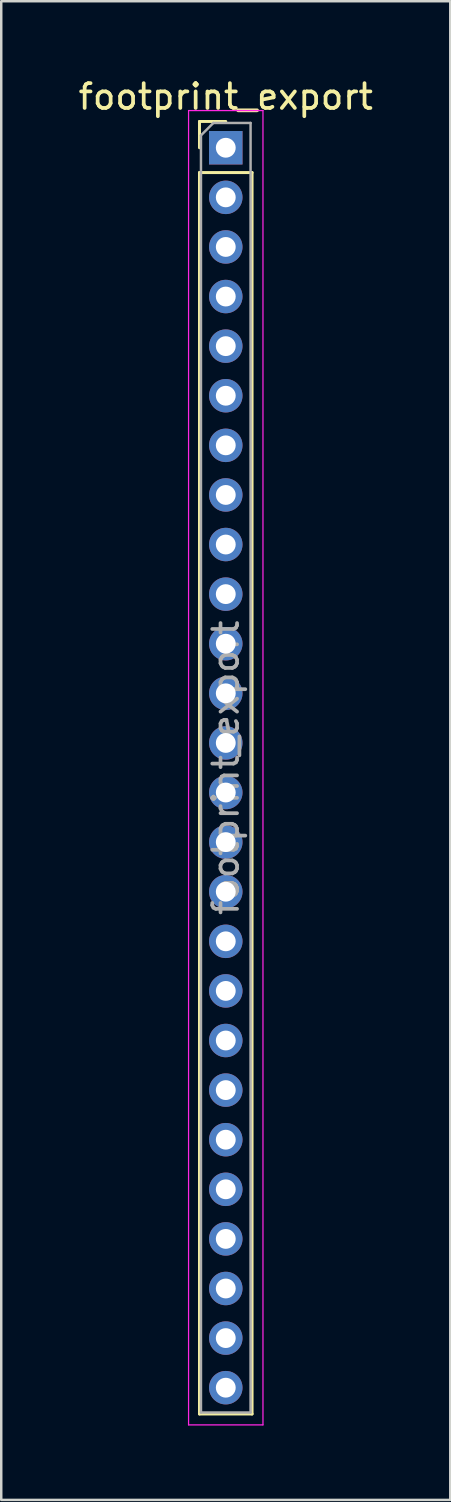
<source format=kicad_pcb>
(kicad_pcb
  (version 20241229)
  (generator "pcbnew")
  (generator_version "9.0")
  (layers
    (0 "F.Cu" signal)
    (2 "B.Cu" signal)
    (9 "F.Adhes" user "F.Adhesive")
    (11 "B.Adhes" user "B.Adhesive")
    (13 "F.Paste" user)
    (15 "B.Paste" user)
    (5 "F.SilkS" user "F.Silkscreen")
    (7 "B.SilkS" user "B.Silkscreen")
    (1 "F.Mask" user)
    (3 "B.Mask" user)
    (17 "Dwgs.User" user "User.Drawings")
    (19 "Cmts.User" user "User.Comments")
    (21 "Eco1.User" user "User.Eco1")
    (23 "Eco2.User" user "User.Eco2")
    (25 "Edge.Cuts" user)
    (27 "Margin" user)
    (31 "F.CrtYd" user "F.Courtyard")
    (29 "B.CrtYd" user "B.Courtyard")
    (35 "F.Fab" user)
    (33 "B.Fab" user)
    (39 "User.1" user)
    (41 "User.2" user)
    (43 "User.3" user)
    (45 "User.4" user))
  (footprint "footprint_export"
    (layer "F.Cu")
    (at 6.054 2.908)
    (property "Reference" "footprint_export" (at 0 -2.06 0) (layer "F.SilkS") (effects (font (size 1 1) (thickness 0.15))))
    (attr through_hole)
    (fp_line (start -1.06 -1.06) (end 0 -1.06) (stroke (width 0.12) (type solid)) (layer "F.SilkS"))
    (fp_line (start -1.06 0) (end -1.06 -1.06) (stroke (width 0.12) (type solid)) (layer "F.SilkS"))
    (fp_line (start -1.06 1) (end -1.06 51.06) (stroke (width 0.12) (type solid)) (layer "F.SilkS"))
    (fp_line (start -1.06 1) (end 1.06 1) (stroke (width 0.12) (type solid)) (layer "F.SilkS"))
    (fp_line (start -1.06 51.06) (end 1.06 51.06) (stroke (width 0.12) (type solid)) (layer "F.SilkS"))
    (fp_line (start 1.06 1) (end 1.06 51.06) (stroke (width 0.12) (type solid)) (layer "F.SilkS"))
    (fp_line (start -1.5 -1.5) (end -1.5 51.5) (stroke (width 0.05) (type solid)) (layer "F.CrtYd"))
    (fp_line (start -1.5 51.5) (end 1.5 51.5) (stroke (width 0.05) (type solid)) (layer "F.CrtYd"))
    (fp_line (start 1.5 -1.5) (end -1.5 -1.5) (stroke (width 0.05) (type solid)) (layer "F.CrtYd"))
    (fp_line (start 1.5 51.5) (end 1.5 -1.5) (stroke (width 0.05) (type solid)) (layer "F.CrtYd"))
    (fp_line (start -1 -0.5) (end -0.5 -1) (stroke (width 0.1) (type solid)) (layer "F.Fab"))
    (fp_line (start -1 51) (end -1 -0.5) (stroke (width 0.1) (type solid)) (layer "F.Fab"))
    (fp_line (start -0.5 -1) (end 1 -1) (stroke (width 0.1) (type solid)) (layer "F.Fab"))
    (fp_line (start 1 -1) (end 1 51) (stroke (width 0.1) (type solid)) (layer "F.Fab"))
    (fp_line (start 1 51) (end -1 51) (stroke (width 0.1) (type solid)) (layer "F.Fab"))
    (fp_text user "${REFERENCE}" (at 0 25 90) (layer "F.Fab") (effects (font (size 1 1) (thickness 0.15))))
    (pad "1" thru_hole rect (at 0 0) (size 1.35 1.35) (drill 0.8) (layers "*.Cu" "*.Mask"))
    (pad "2" thru_hole oval (at 0 2) (size 1.35 1.35) (drill 0.8) (layers "*.Cu" "*.Mask"))
    (pad "3" thru_hole oval (at 0 4) (size 1.35 1.35) (drill 0.8) (layers "*.Cu" "*.Mask"))
    (pad "4" thru_hole oval (at 0 6) (size 1.35 1.35) (drill 0.8) (layers "*.Cu" "*.Mask"))
    (pad "5" thru_hole oval (at 0 8) (size 1.35 1.35) (drill 0.8) (layers "*.Cu" "*.Mask"))
    (pad "6" thru_hole oval (at 0 10) (size 1.35 1.35) (drill 0.8) (layers "*.Cu" "*.Mask"))
    (pad "7" thru_hole oval (at 0 12) (size 1.35 1.35) (drill 0.8) (layers "*.Cu" "*.Mask"))
    (pad "8" thru_hole oval (at 0 14) (size 1.35 1.35) (drill 0.8) (layers "*.Cu" "*.Mask"))
    (pad "9" thru_hole oval (at 0 16) (size 1.35 1.35) (drill 0.8) (layers "*.Cu" "*.Mask"))
    (pad "10" thru_hole oval (at 0 18) (size 1.35 1.35) (drill 0.8) (layers "*.Cu" "*.Mask"))
    (pad "11" thru_hole oval (at 0 20) (size 1.35 1.35) (drill 0.8) (layers "*.Cu" "*.Mask"))
    (pad "12" thru_hole oval (at 0 22) (size 1.35 1.35) (drill 0.8) (layers "*.Cu" "*.Mask"))
    (pad "13" thru_hole oval (at 0 24) (size 1.35 1.35) (drill 0.8) (layers "*.Cu" "*.Mask"))
    (pad "14" thru_hole oval (at 0 26) (size 1.35 1.35) (drill 0.8) (layers "*.Cu" "*.Mask"))
    (pad "15" thru_hole oval (at 0 28) (size 1.35 1.35) (drill 0.8) (layers "*.Cu" "*.Mask"))
    (pad "16" thru_hole oval (at 0 30) (size 1.35 1.35) (drill 0.8) (layers "*.Cu" "*.Mask"))
    (pad "17" thru_hole oval (at 0 32) (size 1.35 1.35) (drill 0.8) (layers "*.Cu" "*.Mask"))
    (pad "18" thru_hole oval (at 0 34) (size 1.35 1.35) (drill 0.8) (layers "*.Cu" "*.Mask"))
    (pad "19" thru_hole oval (at 0 36) (size 1.35 1.35) (drill 0.8) (layers "*.Cu" "*.Mask"))
    (pad "20" thru_hole oval (at 0 38) (size 1.35 1.35) (drill 0.8) (layers "*.Cu" "*.Mask"))
    (pad "21" thru_hole oval (at 0 40) (size 1.35 1.35) (drill 0.8) (layers "*.Cu" "*.Mask"))
    (pad "22" thru_hole oval (at 0 42) (size 1.35 1.35) (drill 0.8) (layers "*.Cu" "*.Mask"))
    (pad "23" thru_hole oval (at 0 44) (size 1.35 1.35) (drill 0.8) (layers "*.Cu" "*.Mask"))
    (pad "24" thru_hole oval (at 0 46) (size 1.35 1.35) (drill 0.8) (layers "*.Cu" "*.Mask"))
    (pad "25" thru_hole oval (at 0 48) (size 1.35 1.35) (drill 0.8) (layers "*.Cu" "*.Mask"))
    (pad "26" thru_hole oval (at 0 50) (size 1.35 1.35) (drill 0.8) (layers "*.Cu" "*.Mask")))
  (gr_rect
    (start -3 -3)
    (end 15.107 57.433)
    (stroke (width 0.1) (type default))
    (fill no)
    (layer "Edge.Cuts")))
</source>
